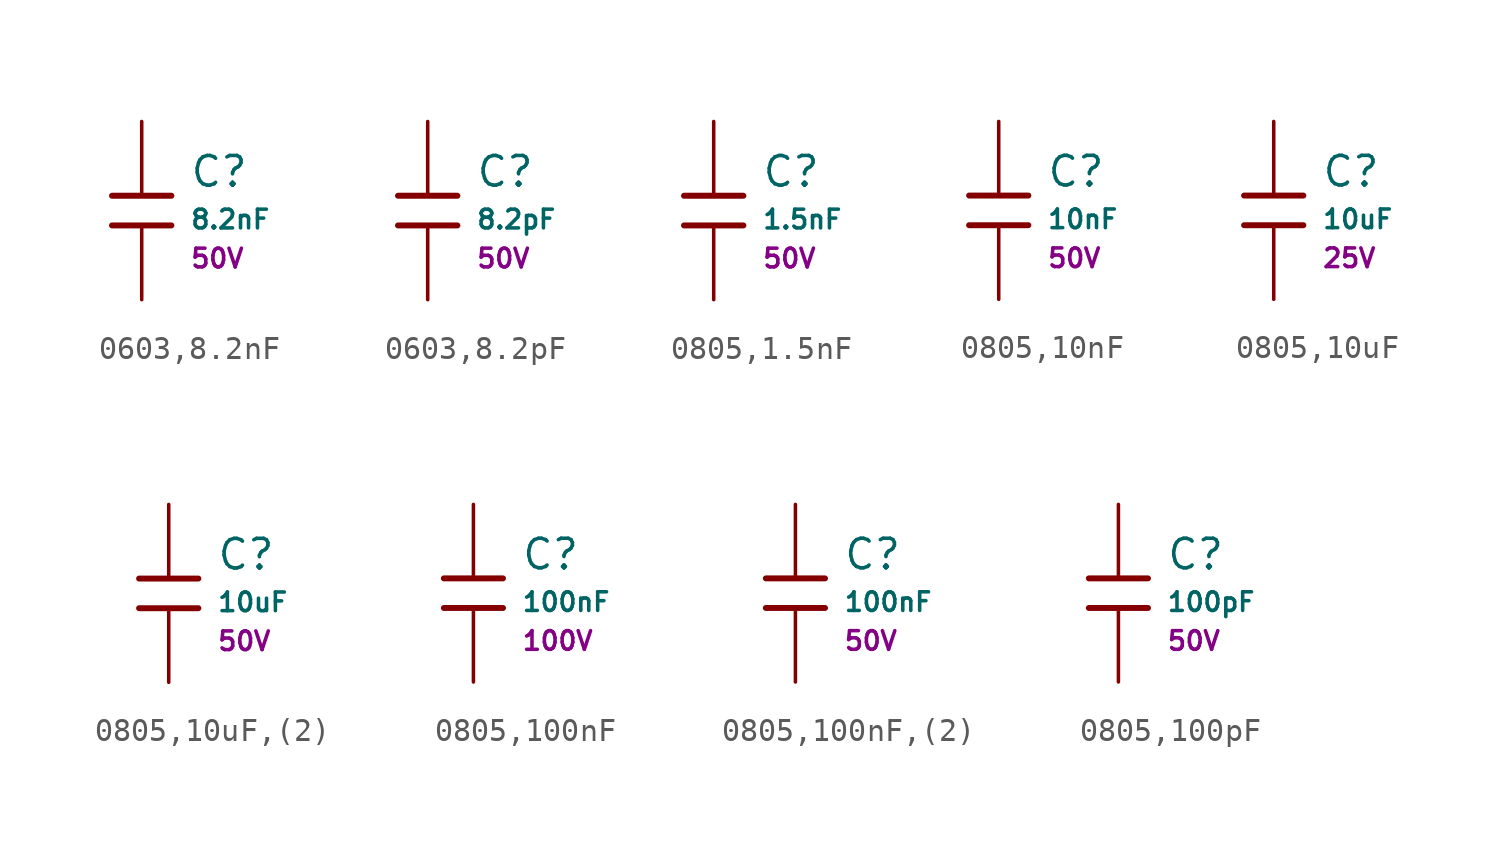
<source format=kicad_sym>
(kicad_symbol_lib
  (version 20231120)
  (generator "CDFER")
  (generator_version "8.0")
  (symbol "0603,8.2nF"
    (pin_numbers hide)
    (pin_names
      (offset 0))
    (property "Reference" "C"
      (at 2.032 1.668 0)
      (effects (font (size 1.27 1.27)) (justify left)))
    (property "Value" "8.2nF"
      (at 2.032 -0.378 0)
      (effects (font (size 0.8 0.8)) (justify left)))
    (property "Voltage Rated" "50V"
      (at 2.032 -2.046 0)
      (effects (font (size 0.8 0.8)) (justify left)))
    (symbol "0603,8.2nF_0_1"
      (polyline (pts (xy -1.27 0.635) (xy 1.27 0.635)) (stroke (width 0.254) (type default)) (fill (type none))))
    (symbol "0603,8.2nF_0_1"
      (polyline (pts (xy -1.27 -0.635) (xy 1.27 -0.635)) (stroke (width 0.254) (type default)) (fill (type none))))
    (symbol "0603,8.2nF_1_1"
      (pin passive line (at 0 3.81 270) (length 3.175) (name "~" (effects (font (size 1.27 1.27)))) (number "1" (effects (font (size 1.27 1.27)))))
      (pin passive line (at 0 -3.81 90) (length 3.175) (name "~" (effects (font (size 1.27 1.27)))) (number "2" (effects (font (size 1.27 1.27)))))))
  (symbol "0603,8.2pF"
    (pin_numbers hide)
    (pin_names
      (offset 0))
    (property "Reference" "C"
      (at 2.032 1.668 0)
      (effects (font (size 1.27 1.27)) (justify left)))
    (property "Value" "8.2pF"
      (at 2.032 -0.378 0)
      (effects (font (size 0.8 0.8)) (justify left)))
    (property "Voltage Rated" "50V"
      (at 2.032 -2.046 0)
      (effects (font (size 0.8 0.8)) (justify left)))
    (symbol "0603,8.2pF_0_1"
      (polyline (pts (xy -1.27 0.635) (xy 1.27 0.635)) (stroke (width 0.254) (type default)) (fill (type none))))
    (symbol "0603,8.2pF_0_1"
      (polyline (pts (xy -1.27 -0.635) (xy 1.27 -0.635)) (stroke (width 0.254) (type default)) (fill (type none))))
    (symbol "0603,8.2pF_1_1"
      (pin passive line (at 0 3.81 270) (length 3.175) (name "~" (effects (font (size 1.27 1.27)))) (number "1" (effects (font (size 1.27 1.27)))))
      (pin passive line (at 0 -3.81 90) (length 3.175) (name "~" (effects (font (size 1.27 1.27)))) (number "2" (effects (font (size 1.27 1.27)))))))
  (symbol "0805,1.5nF"
    (pin_numbers hide)
    (pin_names
      (offset 0))
    (property "Reference" "C"
      (at 2.032 1.668 0)
      (effects (font (size 1.27 1.27)) (justify left)))
    (property "Value" "1.5nF"
      (at 2.032 -0.378 0)
      (effects (font (size 0.8 0.8)) (justify left)))
    (property "Voltage Rated" "50V"
      (at 2.032 -2.046 0)
      (effects (font (size 0.8 0.8)) (justify left)))
    (symbol "0805,1.5nF_0_1"
      (polyline (pts (xy -1.27 0.635) (xy 1.27 0.635)) (stroke (width 0.254) (type default)) (fill (type none))))
    (symbol "0805,1.5nF_0_1"
      (polyline (pts (xy -1.27 -0.635) (xy 1.27 -0.635)) (stroke (width 0.254) (type default)) (fill (type none))))
    (symbol "0805,1.5nF_1_1"
      (pin passive line (at 0 3.81 270) (length 3.175) (name "~" (effects (font (size 1.27 1.27)))) (number "1" (effects (font (size 1.27 1.27)))))
      (pin passive line (at 0 -3.81 90) (length 3.175) (name "~" (effects (font (size 1.27 1.27)))) (number "2" (effects (font (size 1.27 1.27)))))))
  (symbol "0805,10nF"
    (pin_numbers hide)
    (pin_names
      (offset 0))
    (property "Reference" "C"
      (at 2.032 1.668 0)
      (effects (font (size 1.27 1.27)) (justify left)))
    (property "Value" "10nF"
      (at 2.032 -0.378 0)
      (effects (font (size 0.8 0.8)) (justify left)))
    (property "Voltage Rated" "50V"
      (at 2.032 -2.046 0)
      (effects (font (size 0.8 0.8)) (justify left)))
    (symbol "0805,10nF_0_1"
      (polyline (pts (xy -1.27 0.635) (xy 1.27 0.635)) (stroke (width 0.254) (type default)) (fill (type none))))
    (symbol "0805,10nF_0_1"
      (polyline (pts (xy -1.27 -0.635) (xy 1.27 -0.635)) (stroke (width 0.254) (type default)) (fill (type none))))
    (symbol "0805,10nF_1_1"
      (pin passive line (at 0 3.81 270) (length 3.175) (name "~" (effects (font (size 1.27 1.27)))) (number "1" (effects (font (size 1.27 1.27)))))
      (pin passive line (at 0 -3.81 90) (length 3.175) (name "~" (effects (font (size 1.27 1.27)))) (number "2" (effects (font (size 1.27 1.27)))))))
  (symbol "0805,10uF"
    (pin_numbers hide)
    (pin_names
      (offset 0))
    (property "Reference" "C"
      (at 2.032 1.668 0)
      (effects (font (size 1.27 1.27)) (justify left)))
    (property "Value" "10uF"
      (at 2.032 -0.378 0)
      (effects (font (size 0.8 0.8)) (justify left)))
    (property "Voltage Rated" "25V"
      (at 2.032 -2.046 0)
      (effects (font (size 0.8 0.8)) (justify left)))
    (symbol "0805,10uF_0_1"
      (polyline (pts (xy -1.27 0.635) (xy 1.27 0.635)) (stroke (width 0.254) (type default)) (fill (type none))))
    (symbol "0805,10uF_0_1"
      (polyline (pts (xy -1.27 -0.635) (xy 1.27 -0.635)) (stroke (width 0.254) (type default)) (fill (type none))))
    (symbol "0805,10uF_1_1"
      (pin passive line (at 0 3.81 270) (length 3.175) (name "~" (effects (font (size 1.27 1.27)))) (number "1" (effects (font (size 1.27 1.27)))))
      (pin passive line (at 0 -3.81 90) (length 3.175) (name "~" (effects (font (size 1.27 1.27)))) (number "2" (effects (font (size 1.27 1.27)))))))
  (symbol "0805,10uF,(2)"
    (pin_numbers hide)
    (pin_names
      (offset 0))
    (property "Reference" "C"
      (at 2.032 1.668 0)
      (effects (font (size 1.27 1.27)) (justify left)))
    (property "Value" "10uF"
      (at 2.032 -0.378 0)
      (effects (font (size 0.8 0.8)) (justify left)))
    (property "Voltage Rated" "50V"
      (at 2.032 -2.046 0)
      (effects (font (size 0.8 0.8)) (justify left)))
    (symbol "0805,10uF,(2)_0_1"
      (polyline (pts (xy -1.27 0.635) (xy 1.27 0.635)) (stroke (width 0.254) (type default)) (fill (type none))))
    (symbol "0805,10uF,(2)_0_1"
      (polyline (pts (xy -1.27 -0.635) (xy 1.27 -0.635)) (stroke (width 0.254) (type default)) (fill (type none))))
    (symbol "0805,10uF,(2)_1_1"
      (pin passive line (at 0 3.81 270) (length 3.175) (name "~" (effects (font (size 1.27 1.27)))) (number "1" (effects (font (size 1.27 1.27)))))
      (pin passive line (at 0 -3.81 90) (length 3.175) (name "~" (effects (font (size 1.27 1.27)))) (number "2" (effects (font (size 1.27 1.27)))))))
  (symbol "0805,100nF"
    (pin_numbers hide)
    (pin_names
      (offset 0))
    (property "Reference" "C"
      (at 2.032 1.668 0)
      (effects (font (size 1.27 1.27)) (justify left)))
    (property "Value" "100nF"
      (at 2.032 -0.378 0)
      (effects (font (size 0.8 0.8)) (justify left)))
    (property "Voltage Rated" "100V"
      (at 2.032 -2.046 0)
      (effects (font (size 0.8 0.8)) (justify left)))
    (symbol "0805,100nF_0_1"
      (polyline (pts (xy -1.27 0.635) (xy 1.27 0.635)) (stroke (width 0.254) (type default)) (fill (type none))))
    (symbol "0805,100nF_0_1"
      (polyline (pts (xy -1.27 -0.635) (xy 1.27 -0.635)) (stroke (width 0.254) (type default)) (fill (type none))))
    (symbol "0805,100nF_1_1"
      (pin passive line (at 0 3.81 270) (length 3.175) (name "~" (effects (font (size 1.27 1.27)))) (number "1" (effects (font (size 1.27 1.27)))))
      (pin passive line (at 0 -3.81 90) (length 3.175) (name "~" (effects (font (size 1.27 1.27)))) (number "2" (effects (font (size 1.27 1.27)))))))
  (symbol "0805,100nF,(2)"
    (pin_numbers hide)
    (pin_names
      (offset 0))
    (property "Reference" "C"
      (at 2.032 1.668 0)
      (effects (font (size 1.27 1.27)) (justify left)))
    (property "Value" "100nF"
      (at 2.032 -0.378 0)
      (effects (font (size 0.8 0.8)) (justify left)))
    (property "Voltage Rated" "50V"
      (at 2.032 -2.046 0)
      (effects (font (size 0.8 0.8)) (justify left)))
    (symbol "0805,100nF,(2)_0_1"
      (polyline (pts (xy -1.27 0.635) (xy 1.27 0.635)) (stroke (width 0.254) (type default)) (fill (type none))))
    (symbol "0805,100nF,(2)_0_1"
      (polyline (pts (xy -1.27 -0.635) (xy 1.27 -0.635)) (stroke (width 0.254) (type default)) (fill (type none))))
    (symbol "0805,100nF,(2)_1_1"
      (pin passive line (at 0 3.81 270) (length 3.175) (name "~" (effects (font (size 1.27 1.27)))) (number "1" (effects (font (size 1.27 1.27)))))
      (pin passive line (at 0 -3.81 90) (length 3.175) (name "~" (effects (font (size 1.27 1.27)))) (number "2" (effects (font (size 1.27 1.27)))))))
  (symbol "0805,100pF"
    (pin_numbers hide)
    (pin_names
      (offset 0))
    (property "Reference" "C"
      (at 2.032 1.668 0)
      (effects (font (size 1.27 1.27)) (justify left)))
    (property "Value" "100pF"
      (at 2.032 -0.378 0)
      (effects (font (size 0.8 0.8)) (justify left)))
    (property "Voltage Rated" "50V"
      (at 2.032 -2.046 0)
      (effects (font (size 0.8 0.8)) (justify left)))
    (symbol "0805,100pF_0_1"
      (polyline (pts (xy -1.27 0.635) (xy 1.27 0.635)) (stroke (width 0.254) (type default)) (fill (type none))))
    (symbol "0805,100pF_0_1"
      (polyline (pts (xy -1.27 -0.635) (xy 1.27 -0.635)) (stroke (width 0.254) (type default)) (fill (type none))))
    (symbol "0805,100pF_1_1"
      (pin passive line (at 0 3.81 270) (length 3.175) (name "~" (effects (font (size 1.27 1.27)))) (number "1" (effects (font (size 1.27 1.27)))))
      (pin passive line (at 0 -3.81 90) (length 3.175) (name "~" (effects (font (size 1.27 1.27)))) (number "2" (effects (font (size 1.27 1.27))))))))
</source>
